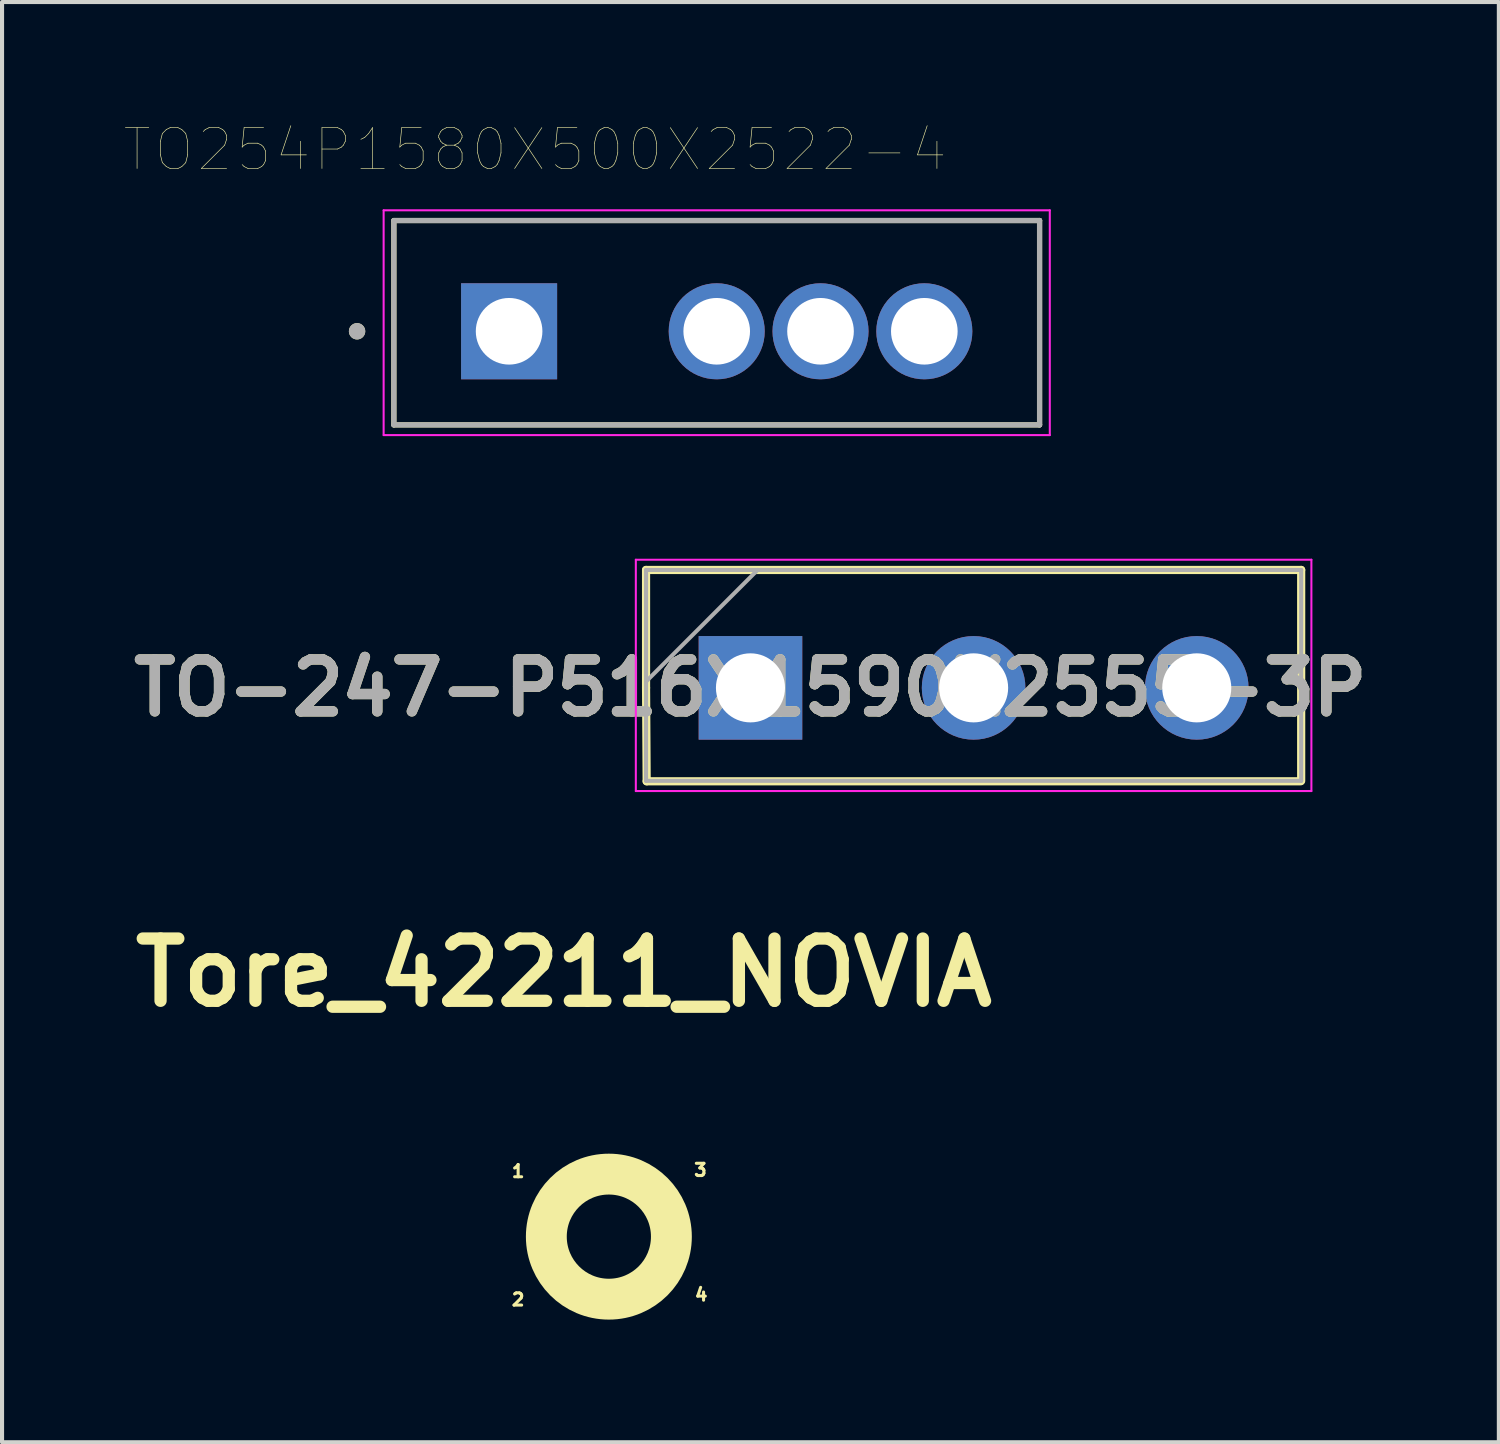
<source format=kicad_pcb>
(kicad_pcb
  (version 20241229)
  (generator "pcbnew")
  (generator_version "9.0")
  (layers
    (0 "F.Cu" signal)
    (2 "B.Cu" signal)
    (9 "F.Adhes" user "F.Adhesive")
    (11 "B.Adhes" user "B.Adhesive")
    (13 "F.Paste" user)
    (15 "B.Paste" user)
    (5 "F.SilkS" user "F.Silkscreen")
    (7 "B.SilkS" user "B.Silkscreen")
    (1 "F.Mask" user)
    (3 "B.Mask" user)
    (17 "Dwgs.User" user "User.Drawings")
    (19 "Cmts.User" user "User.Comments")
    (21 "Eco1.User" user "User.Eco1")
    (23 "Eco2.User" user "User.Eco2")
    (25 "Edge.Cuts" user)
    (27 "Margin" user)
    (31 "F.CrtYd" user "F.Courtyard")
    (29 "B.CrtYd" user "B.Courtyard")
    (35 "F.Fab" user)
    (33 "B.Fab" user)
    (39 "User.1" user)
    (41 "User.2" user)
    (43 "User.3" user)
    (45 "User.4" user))
  (footprint "TO254P1580X500X2522-4"
    (layer "F.Cu")
    (at 9.407 5.056)
    (property "Reference" "TO254P1580X500X2522-4" (at 0.635 -4.445 0) (layer "F.SilkS") (effects (font (size 1 1) (thickness 0.015))))
    (attr through_hole)
    (fp_line (start -2.82 -2.71) (end 12.98 -2.71) (stroke (width 0.127) (type solid)) (layer "F.SilkS"))
    (fp_line (start -2.82 2.29) (end -2.82 -2.71) (stroke (width 0.127) (type solid)) (layer "F.SilkS"))
    (fp_line (start 12.98 -2.71) (end 12.98 2.29) (stroke (width 0.127) (type solid)) (layer "F.SilkS"))
    (fp_line (start 12.98 2.29) (end -2.82 2.29) (stroke (width 0.127) (type solid)) (layer "F.SilkS"))
    (fp_circle (center -3.72 0) (end -3.62 0) (stroke (width 0.2) (type solid)) (fill no) (layer "F.SilkS"))
    (fp_line (start -3.07 -2.96) (end 13.23 -2.96) (stroke (width 0.05) (type solid)) (layer "F.CrtYd"))
    (fp_line (start -3.07 2.54) (end -3.07 -2.96) (stroke (width 0.05) (type solid)) (layer "F.CrtYd"))
    (fp_line (start 13.23 -2.96) (end 13.23 2.54) (stroke (width 0.05) (type solid)) (layer "F.CrtYd"))
    (fp_line (start 13.23 2.54) (end -3.07 2.54) (stroke (width 0.05) (type solid)) (layer "F.CrtYd"))
    (fp_line (start -2.82 -2.71) (end 12.98 -2.71) (stroke (width 0.127) (type solid)) (layer "F.Fab"))
    (fp_line (start -2.82 2.29) (end -2.82 -2.71) (stroke (width 0.127) (type solid)) (layer "F.Fab"))
    (fp_line (start 12.98 -2.71) (end 12.98 2.29) (stroke (width 0.127) (type solid)) (layer "F.Fab"))
    (fp_line (start 12.98 2.29) (end -2.82 2.29) (stroke (width 0.127) (type solid)) (layer "F.Fab"))
    (fp_circle (center -3.72 0) (end -3.62 0) (stroke (width 0.2) (type solid)) (fill no) (layer "F.Fab"))
    (pad "1" thru_hole rect (at 0 0) (size 2.35 2.35) (drill 1.63) (layers "*.Cu" "*.Mask"))
    (pad "2" thru_hole circle (at 5.08 0) (size 2.35 2.35) (drill 1.63) (layers "*.Cu" "*.Mask"))
    (pad "3" thru_hole circle (at 7.62 0) (size 2.35 2.35) (drill 1.63) (layers "*.Cu" "*.Mask"))
    (pad "4" thru_hole circle (at 10.16 0) (size 2.35 2.35) (drill 1.63) (layers "*.Cu" "*.Mask")))
  (footprint "Tore_42211_NOVIA"
    (layer "F.Cu")
    (at 11.858 27.219)
    (property "Reference" "Tore_42211_NOVIA" (at -1.11 -6.47 0) (layer "F.SilkS") (effects (font (size 1.524 1.524) (thickness 0.3))))
    (attr through_hole)
    (fp_circle (center -0.01 -0.01) (end 1.52 -0.01) (stroke (width 1) (type solid)) (fill no) (layer "F.SilkS"))
    (fp_poly (pts (xy 0.158 -2.031) (xy 0.3 -2.015) (xy 0.44 -1.988) (xy 0.476 -1.98) (xy 0.614 -1.941) (xy 0.747 -1.894) (xy 0.876 -1.837) (xy 1 -1.773) (xy 1.119 -1.701) (xy 1.232 -1.621) (xy 1.339 -1.534) (xy 1.44 -1.44) (xy 1.534 -1.34) (xy 1.621 -1.233) (xy 1.701 -1.121) (xy 1.773 -1.003) (xy 1.838 -0.881) (xy 1.893 -0.753) (xy 1.941 -0.621) (xy 1.979 -0.486) (xy 1.998 -0.398) (xy 2.021 -0.259) (xy 2.033 -0.12) (xy 2.036 0.019) (xy 2.028 0.159) (xy 2.011 0.3) (xy 2.003 0.346) (xy 1.973 0.484) (xy 1.934 0.618) (xy 1.886 0.749) (xy 1.828 0.876) (xy 1.762 0.999) (xy 1.688 1.117) (xy 1.605 1.23) (xy 1.514 1.338) (xy 1.416 1.439) (xy 1.311 1.534) (xy 1.199 1.622) (xy 1.125 1.673) (xy 1.004 1.747) (xy 0.879 1.813) (xy 0.75 1.869) (xy 0.617 1.917) (xy 0.481 1.955) (xy 0.343 1.984) (xy 0.203 2.004) (xy 0.063 2.013) (xy -0.018 2.014) (xy -0.05 2.014) (xy -0.079 2.013) (xy -0.105 2.012) (xy -0.125 2.012) (xy -0.135 2.011) (xy -0.28 1.997) (xy -0.422 1.973) (xy -0.561 1.939) (xy -0.697 1.896) (xy -0.829 1.843) (xy -0.957 1.782) (xy -1.081 1.712) (xy -1.2 1.633) (xy -1.313 1.546) (xy -1.421 1.451) (xy -1.46 1.412) (xy -1.559 1.307) (xy -1.649 1.195) (xy -1.73 1.079) (xy -1.803 0.957) (xy -1.867 0.831) (xy -1.922 0.7) (xy -1.968 0.566) (xy -2.004 0.427) (xy -2.031 0.285) (xy -2.041 0.214) (xy -2.045 0.173) (xy -2.047 0.124) (xy -2.049 0.069) (xy -2.05 0.012) (xy -2.05 -0.012) (xy -1.033 -0.012) (xy -1.028 0.09) (xy -1.014 0.188) (xy -0.991 0.282) (xy -0.959 0.373) (xy -0.916 0.462) (xy -0.885 0.516) (xy -0.831 0.596) (xy -0.769 0.67) (xy -0.7 0.738) (xy -0.626 0.799) (xy -0.546 0.853) (xy -0.462 0.9) (xy -0.375 0.938) (xy -0.285 0.968) (xy -0.194 0.988) (xy -0.155 0.993) (xy -0.133 0.996) (xy -0.114 0.999) (xy -0.1 1.001) (xy -0.097 1.001) (xy -0.083 1.002) (xy -0.061 1.003) (xy -0.033 1.003) (xy -0.001 1.002) (xy 0.033 1.001) (xy 0.068 0.999) (xy 0.1 0.997) (xy 0.128 0.995) (xy 0.15 0.993) (xy 0.157 0.991) (xy 0.237 0.975) (xy 0.312 0.954) (xy 0.385 0.927) (xy 0.449 0.898) (xy 0.537 0.849) (xy 0.619 0.792) (xy 0.694 0.728) (xy 0.763 0.657) (xy 0.825 0.58) (xy 0.879 0.497) (xy 0.925 0.408) (xy 0.963 0.315) (xy 0.99 0.224) (xy 1.005 0.148) (xy 1.013 0.067) (xy 1.016 -0.017) (xy 1.012 -0.101) (xy 1.002 -0.184) (xy 0.99 -0.245) (xy 0.964 -0.334) (xy 0.93 -0.422) (xy 0.886 -0.508) (xy 0.836 -0.59) (xy 0.811 -0.624) (xy 0.791 -0.649) (xy 0.764 -0.679) (xy 0.733 -0.711) (xy 0.701 -0.744) (xy 0.669 -0.774) (xy 0.639 -0.8) (xy 0.616 -0.819) (xy 0.532 -0.876) (xy 0.443 -0.925) (xy 0.35 -0.964) (xy 0.252 -0.995) (xy 0.152 -1.016) (xy 0.12 -1.02) (xy 0.08 -1.023) (xy 0.035 -1.025) (xy -0.012 -1.025) (xy -0.059 -1.025) (xy -0.103 -1.023) (xy -0.142 -1.02) (xy -0.17 -1.016) (xy -0.247 -1.001) (xy -0.317 -0.981) (xy -0.385 -0.957) (xy -0.453 -0.928) (xy -0.465 -0.922) (xy -0.553 -0.873) (xy -0.634 -0.817) (xy -0.71 -0.753) (xy -0.779 -0.683) (xy -0.841 -0.606) (xy -0.895 -0.523) (xy -0.941 -0.436) (xy -0.978 -0.344) (xy -1 -0.271) (xy -1.014 -0.213) (xy -1.024 -0.158) (xy -1.03 -0.101) (xy -1.032 -0.04) (xy -1.033 -0.012) (xy -2.05 -0.012) (xy -2.05 -0.047) (xy -2.049 -0.104) (xy -2.047 -0.158) (xy -2.044 -0.206) (xy -2.041 -0.238) (xy -2.018 -0.382) (xy -1.986 -0.523) (xy -1.945 -0.659) (xy -1.894 -0.793) (xy -1.834 -0.922) (xy -1.765 -1.047) (xy -1.736 -1.094) (xy -1.656 -1.209) (xy -1.569 -1.319) (xy -1.473 -1.423) (xy -1.37 -1.521) (xy -1.261 -1.611) (xy -1.147 -1.694) (xy -1.066 -1.745) (xy -0.94 -1.815) (xy -0.811 -1.875) (xy -0.678 -1.926) (xy -0.543 -1.968) (xy -0.405 -2) (xy -0.265 -2.022) (xy -0.125 -2.035) (xy 0.017 -2.038) (xy 0.158 -2.031)) (stroke (width 0.01) (type solid)) (fill no) (layer "Eco1.User"))
    (fp_text user "3" (at 2.23 -1.64 0) (layer "F.SilkS") (effects (font (size 0.3 0.3) (thickness 0.075))))
    (fp_text user "4" (at 2.25 1.41 0) (layer "F.SilkS") (effects (font (size 0.3 0.3) (thickness 0.075))))
    (fp_text user "2" (at -2.23 1.53 0) (layer "F.SilkS") (effects (font (size 0.3 0.3) (thickness 0.075))))
    (fp_text user "1" (at -2.23 -1.61 0) (layer "F.SilkS") (effects (font (size 0.3 0.3) (thickness 0.075)))))
  (footprint "TO-247-P516X1590X2555-3P"
    (layer "F.Cu")
    (at 15.313 13.781)
    (property "Reference" "TO-247-P516X1590X2555-3P" (at 0 0 0) (layer "F.SilkS") (effects (font (size 1.27 1.27) (thickness 0.254))))
    (attr through_hole)
    (fp_line (start -2.555 -2.885) (end -2.555 0) (stroke (width 0.2) (type solid)) (layer "F.SilkS"))
    (fp_line (start -2.555 0) (end -2.54 2.286) (stroke (width 0.2) (type solid)) (layer "F.SilkS"))
    (fp_line (start -2.54 2.286) (end 13.462 2.286) (stroke (width 0.2) (type solid)) (layer "F.SilkS"))
    (fp_line (start 13.475 -2.885) (end -2.555 -2.885) (stroke (width 0.2) (type solid)) (layer "F.SilkS"))
    (fp_line (start 13.475 2.275) (end 13.475 -2.885) (stroke (width 0.2) (type solid)) (layer "F.SilkS"))
    (fp_line (start -2.805 -3.135) (end 13.725 -3.135) (stroke (width 0.05) (type solid)) (layer "F.CrtYd"))
    (fp_line (start -2.805 2.525) (end -2.805 -3.135) (stroke (width 0.05) (type solid)) (layer "F.CrtYd"))
    (fp_line (start 13.725 -3.135) (end 13.725 2.525) (stroke (width 0.05) (type solid)) (layer "F.CrtYd"))
    (fp_line (start 13.725 2.525) (end -2.805 2.525) (stroke (width 0.05) (type solid)) (layer "F.CrtYd"))
    (fp_line (start -2.555 -2.885) (end 13.475 -2.885) (stroke (width 0.1) (type solid)) (layer "F.Fab"))
    (fp_line (start -2.555 -0.155) (end 0.175 -2.885) (stroke (width 0.1) (type solid)) (layer "F.Fab"))
    (fp_line (start -2.555 2.275) (end -2.555 -2.885) (stroke (width 0.1) (type solid)) (layer "F.Fab"))
    (fp_line (start 13.475 -2.885) (end 13.475 2.275) (stroke (width 0.1) (type solid)) (layer "F.Fab"))
    (fp_line (start 13.475 2.275) (end -2.555 2.275) (stroke (width 0.1) (type solid)) (layer "F.Fab"))
    (fp_text user "${REFERENCE}" (at 0 0 0) (layer "F.Fab") (effects (font (size 1.27 1.27) (thickness 0.254))))
    (pad "1" thru_hole rect (at 0 0) (size 2.535 2.535) (drill 1.69) (layers "*.Cu" "*.Mask"))
    (pad "2" thru_hole circle (at 5.46 0) (size 2.535 2.535) (drill 1.69) (layers "*.Cu" "*.Mask"))
    (pad "3" thru_hole circle (at 10.92 0) (size 2.535 2.535) (drill 1.69) (layers "*.Cu" "*.Mask")))
  (gr_rect
    (start -3 -3)
    (end 33.625 32.24)
    (stroke (width 0.1) (type default))
    (fill no)
    (layer "Edge.Cuts")))
</source>
